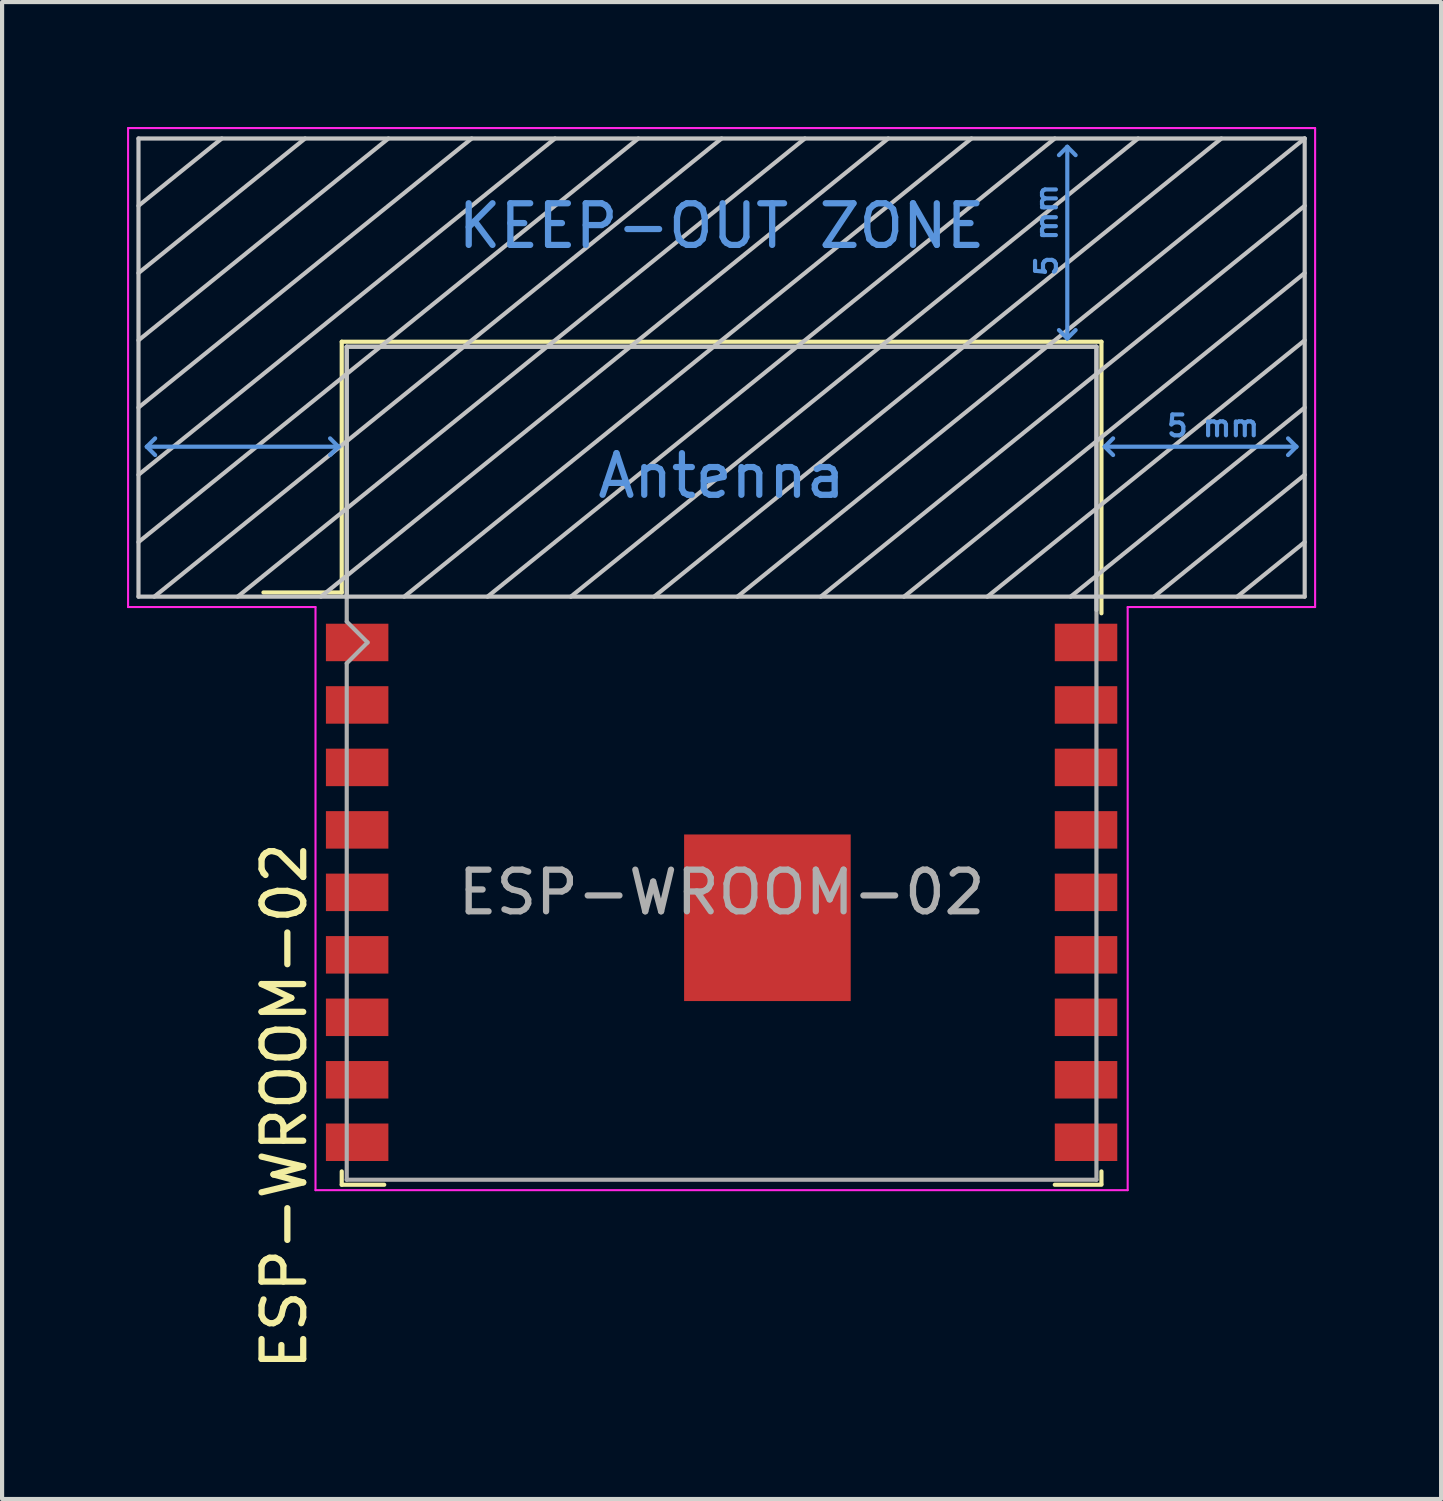
<source format=kicad_pcb>
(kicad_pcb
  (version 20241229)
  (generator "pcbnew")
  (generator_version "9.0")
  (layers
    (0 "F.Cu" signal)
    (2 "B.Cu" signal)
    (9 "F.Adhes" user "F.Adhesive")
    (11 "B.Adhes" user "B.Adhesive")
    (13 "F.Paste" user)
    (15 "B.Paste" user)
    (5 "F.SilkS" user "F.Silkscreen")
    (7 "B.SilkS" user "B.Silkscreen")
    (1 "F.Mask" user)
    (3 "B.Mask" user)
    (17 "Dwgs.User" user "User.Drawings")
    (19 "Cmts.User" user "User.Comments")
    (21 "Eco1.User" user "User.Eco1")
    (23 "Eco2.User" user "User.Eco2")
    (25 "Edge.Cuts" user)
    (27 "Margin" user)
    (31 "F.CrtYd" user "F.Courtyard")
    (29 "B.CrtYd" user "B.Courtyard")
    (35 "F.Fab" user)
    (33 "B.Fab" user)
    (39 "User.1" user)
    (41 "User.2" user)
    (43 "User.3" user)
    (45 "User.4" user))
  (footprint "ESP-WROOM-02"
    (layer "F.Cu")
    (at 14.275 18.375)
    (property "Reference" "ESP-WROOM-02" (at -10.5 5.13 90) (layer "F.SilkS") (effects (font (size 1 1) (thickness 0.15))))
    (attr smd)
    (fp_line (start -9.12 -13.22) (end -9.12 -7.2) (stroke (width 0.1) (type solid)) (layer "F.SilkS"))
    (fp_line (start -9.12 -13.22) (end 9.12 -13.22) (stroke (width 0.1) (type solid)) (layer "F.SilkS"))
    (fp_line (start -9.12 -7.2) (end -11 -7.2) (stroke (width 0.1) (type solid)) (layer "F.SilkS"))
    (fp_line (start -9.12 6.7) (end -9.12 7.02) (stroke (width 0.1) (type solid)) (layer "F.SilkS"))
    (fp_line (start -9.12 7.02) (end -8.1 7.02) (stroke (width 0.1) (type solid)) (layer "F.SilkS"))
    (fp_line (start 8 7.02) (end 9.12 7.02) (stroke (width 0.1) (type solid)) (layer "F.SilkS"))
    (fp_line (start 9.12 -13.22) (end 9.12 -6.7) (stroke (width 0.1) (type solid)) (layer "F.SilkS"))
    (fp_line (start 9.12 6.7) (end 9.12 7) (stroke (width 0.1) (type solid)) (layer "F.SilkS"))
    (fp_line (start -14 -7.1) (end -14 -18.1) (stroke (width 0.1) (type solid)) (layer "Dwgs.User"))
    (fp_line (start -12 -18.1) (end -14 -16.485) (stroke (width 0.1) (type solid)) (layer "Dwgs.User"))
    (fp_line (start -10 -18.1) (end -14 -14.87) (stroke (width 0.1) (type solid)) (layer "Dwgs.User"))
    (fp_line (start -9 -13.1) (end 9 -13.1) (stroke (width 0.1) (type solid)) (layer "Dwgs.User"))
    (fp_line (start -9 -7.1) (end -9 -13.1) (stroke (width 0.1) (type solid)) (layer "Dwgs.User"))
    (fp_line (start -8 -18.1) (end -14 -13.255) (stroke (width 0.1) (type solid)) (layer "Dwgs.User"))
    (fp_line (start -7.62 -7.1) (end 6 -18.1) (stroke (width 0.1) (type solid)) (layer "Dwgs.User"))
    (fp_line (start -6 -18.1) (end -14 -11.64) (stroke (width 0.1) (type solid)) (layer "Dwgs.User"))
    (fp_line (start -4 -18.1) (end -14 -10.025) (stroke (width 0.1) (type solid)) (layer "Dwgs.User"))
    (fp_line (start -2 -18.1) (end -14 -8.41) (stroke (width 0.1) (type solid)) (layer "Dwgs.User"))
    (fp_line (start 0 -18.1) (end -13.62 -7.1) (stroke (width 0.1) (type solid)) (layer "Dwgs.User"))
    (fp_line (start 2 -18.1) (end -11.62 -7.1) (stroke (width 0.1) (type solid)) (layer "Dwgs.User"))
    (fp_line (start 4 -18.1) (end -9.62 -7.1) (stroke (width 0.1) (type solid)) (layer "Dwgs.User"))
    (fp_line (start 8 -18.1) (end -5.62 -7.1) (stroke (width 0.1) (type solid)) (layer "Dwgs.User"))
    (fp_line (start 9 -13.1) (end 9 -6.78) (stroke (width 0.1) (type solid)) (layer "Dwgs.User"))
    (fp_line (start 10 -18.1) (end -3.62 -7.1) (stroke (width 0.1) (type solid)) (layer "Dwgs.User"))
    (fp_line (start 12 -18.1) (end -1.62 -7.1) (stroke (width 0.1) (type solid)) (layer "Dwgs.User"))
    (fp_line (start 14 -18.1) (end -14 -18.1) (stroke (width 0.1) (type solid)) (layer "Dwgs.User"))
    (fp_line (start 14 -18.1) (end 0.38 -7.1) (stroke (width 0.1) (type solid)) (layer "Dwgs.User"))
    (fp_line (start 14 -16.485) (end 2.38 -7.1) (stroke (width 0.1) (type solid)) (layer "Dwgs.User"))
    (fp_line (start 14 -14.87) (end 4.38 -7.1) (stroke (width 0.1) (type solid)) (layer "Dwgs.User"))
    (fp_line (start 14 -13.255) (end 6.38 -7.1) (stroke (width 0.1) (type solid)) (layer "Dwgs.User"))
    (fp_line (start 14 -11.64) (end 8.38 -7.1) (stroke (width 0.1) (type solid)) (layer "Dwgs.User"))
    (fp_line (start 14 -10.025) (end 10.38 -7.1) (stroke (width 0.1) (type solid)) (layer "Dwgs.User"))
    (fp_line (start 14 -8.41) (end 12.38 -7.1) (stroke (width 0.1) (type solid)) (layer "Dwgs.User"))
    (fp_line (start 14 -7.1) (end -14 -7.1) (stroke (width 0.1) (type solid)) (layer "Dwgs.User"))
    (fp_line (start 14 -7.1) (end 14 -18.1) (stroke (width 0.1) (type solid)) (layer "Dwgs.User"))
    (fp_line (start -13.8 -10.7) (end -13.6 -10.9) (stroke (width 0.1) (type solid)) (layer "Cmts.User"))
    (fp_line (start -13.8 -10.7) (end -13.6 -10.5) (stroke (width 0.1) (type solid)) (layer "Cmts.User"))
    (fp_line (start -13.8 -10.7) (end -9.2 -10.7) (stroke (width 0.1) (type solid)) (layer "Cmts.User"))
    (fp_line (start -9.2 -10.7) (end -9.4 -10.9) (stroke (width 0.1) (type solid)) (layer "Cmts.User"))
    (fp_line (start -9.2 -10.7) (end -9.4 -10.5) (stroke (width 0.1) (type solid)) (layer "Cmts.User"))
    (fp_line (start 8.3 -17.9) (end 8.1 -17.7) (stroke (width 0.1) (type solid)) (layer "Cmts.User"))
    (fp_line (start 8.3 -17.9) (end 8.5 -17.7) (stroke (width 0.1) (type solid)) (layer "Cmts.User"))
    (fp_line (start 8.3 -13.3) (end 8.1 -13.5) (stroke (width 0.1) (type solid)) (layer "Cmts.User"))
    (fp_line (start 8.3 -13.3) (end 8.3 -17.9) (stroke (width 0.1) (type solid)) (layer "Cmts.User"))
    (fp_line (start 8.3 -13.3) (end 8.5 -13.5) (stroke (width 0.1) (type solid)) (layer "Cmts.User"))
    (fp_line (start 9.2 -10.7) (end 9.4 -10.9) (stroke (width 0.1) (type solid)) (layer "Cmts.User"))
    (fp_line (start 9.2 -10.7) (end 9.4 -10.5) (stroke (width 0.1) (type solid)) (layer "Cmts.User"))
    (fp_line (start 9.2 -10.7) (end 13.8 -10.7) (stroke (width 0.1) (type solid)) (layer "Cmts.User"))
    (fp_line (start 13.8 -10.7) (end 13.6 -10.9) (stroke (width 0.1) (type solid)) (layer "Cmts.User"))
    (fp_line (start 13.8 -10.7) (end 13.6 -10.5) (stroke (width 0.1) (type solid)) (layer "Cmts.User"))
    (fp_line (start -14.25 -18.35) (end -14.25 -6.85) (stroke (width 0.05) (type solid)) (layer "F.CrtYd"))
    (fp_line (start -14.25 -18.35) (end 14.25 -18.35) (stroke (width 0.05) (type solid)) (layer "F.CrtYd"))
    (fp_line (start -14.25 -6.85) (end -9.75 -6.85) (stroke (width 0.05) (type solid)) (layer "F.CrtYd"))
    (fp_line (start -9.75 7.15) (end -9.75 -6.85) (stroke (width 0.05) (type solid)) (layer "F.CrtYd"))
    (fp_line (start -9.75 7.15) (end 9.75 7.15) (stroke (width 0.05) (type solid)) (layer "F.CrtYd"))
    (fp_line (start 9.75 -6.85) (end 9.75 7.15) (stroke (width 0.05) (type solid)) (layer "F.CrtYd"))
    (fp_line (start 9.75 -6.85) (end 14.25 -6.85) (stroke (width 0.05) (type solid)) (layer "F.CrtYd"))
    (fp_line (start 14.25 -18.35) (end 14.25 -6.85) (stroke (width 0.05) (type solid)) (layer "F.CrtYd"))
    (fp_line (start -9 -13.1) (end -9 -6.5) (stroke (width 0.1) (type solid)) (layer "F.Fab"))
    (fp_line (start -9 -13.1) (end 9 -13.1) (stroke (width 0.1) (type solid)) (layer "F.Fab"))
    (fp_line (start -9 -6.5) (end -8.5 -6) (stroke (width 0.1) (type solid)) (layer "F.Fab"))
    (fp_line (start -9 -5.5) (end -9 6.9) (stroke (width 0.1) (type solid)) (layer "F.Fab"))
    (fp_line (start -9 6.9) (end 9 6.9) (stroke (width 0.1) (type solid)) (layer "F.Fab"))
    (fp_line (start -8.5 -6) (end -9 -5.5) (stroke (width 0.1) (type solid)) (layer "F.Fab"))
    (fp_line (start 9 6.9) (end 9 -13.1) (stroke (width 0.1) (type solid)) (layer "F.Fab"))
    (fp_text user "5 mm" (at 7.8 -15.9 90) (layer "Cmts.User") (effects (font (size 0.5 0.5) (thickness 0.1))))
    (fp_text user "Antenna" (at 0 -10 0) (layer "Cmts.User") (effects (font (size 1 1) (thickness 0.15))))
    (fp_text user "KEEP-OUT ZONE" (at 0 -16 0) (layer "Cmts.User") (effects (font (size 1 1) (thickness 0.15))))
    (fp_text user "5 mm" (at 11.8 -11.2 0) (layer "Cmts.User") (effects (font (size 0.5 0.5) (thickness 0.1))))
    (fp_text user "${REFERENCE}" (at 0 0 0) (layer "F.Fab") (effects (font (size 1 1) (thickness 0.15))))
    (pad "1" smd rect (at -8.75 -6) (size 1.5 0.9) (layers "F.Cu" "F.Mask" "F.Paste"))
    (pad "2" smd rect (at -8.75 -4.5) (size 1.5 0.9) (layers "F.Cu" "F.Mask" "F.Paste"))
    (pad "3" smd rect (at -8.75 -3) (size 1.5 0.9) (layers "F.Cu" "F.Mask" "F.Paste"))
    (pad "4" smd rect (at -8.75 -1.5) (size 1.5 0.9) (layers "F.Cu" "F.Mask" "F.Paste"))
    (pad "5" smd rect (at -8.75 0) (size 1.5 0.9) (layers "F.Cu" "F.Mask" "F.Paste"))
    (pad "6" smd rect (at -8.75 1.5) (size 1.5 0.9) (layers "F.Cu" "F.Mask" "F.Paste"))
    (pad "7" smd rect (at -8.75 3) (size 1.5 0.9) (layers "F.Cu" "F.Mask" "F.Paste"))
    (pad "8" smd rect (at -8.75 4.5) (size 1.5 0.9) (layers "F.Cu" "F.Mask" "F.Paste"))
    (pad "9" smd rect (at -8.75 6) (size 1.5 0.9) (layers "F.Cu" "F.Mask" "F.Paste"))
    (pad "10" smd rect (at 8.75 6) (size 1.5 0.9) (layers "F.Cu" "F.Mask" "F.Paste"))
    (pad "11" smd rect (at 8.75 4.5) (size 1.5 0.9) (layers "F.Cu" "F.Mask" "F.Paste"))
    (pad "12" smd rect (at 8.75 3) (size 1.5 0.9) (layers "F.Cu" "F.Mask" "F.Paste"))
    (pad "13" smd rect (at 8.75 1.5) (size 1.5 0.9) (layers "F.Cu" "F.Mask" "F.Paste"))
    (pad "14" smd rect (at 8.75 0) (size 1.5 0.9) (layers "F.Cu" "F.Mask" "F.Paste"))
    (pad "15" smd rect (at 8.75 -1.5) (size 1.5 0.9) (layers "F.Cu" "F.Mask" "F.Paste"))
    (pad "16" smd rect (at 8.75 -3) (size 1.5 0.9) (layers "F.Cu" "F.Mask" "F.Paste"))
    (pad "17" smd rect (at 8.75 -4.5) (size 1.5 0.9) (layers "F.Cu" "F.Mask" "F.Paste"))
    (pad "18" smd rect (at 8.75 -6) (size 1.5 0.9) (layers "F.Cu" "F.Mask" "F.Paste"))
    (pad "19" smd rect (at 1.1 0.61) (size 4 4) (layers "F.Cu" "F.Mask" "F.Paste")))
  (gr_rect
    (start -3 -3)
    (end 31.55 32.94)
    (stroke (width 0.1) (type default))
    (fill no)
    (layer "Edge.Cuts")))
</source>
